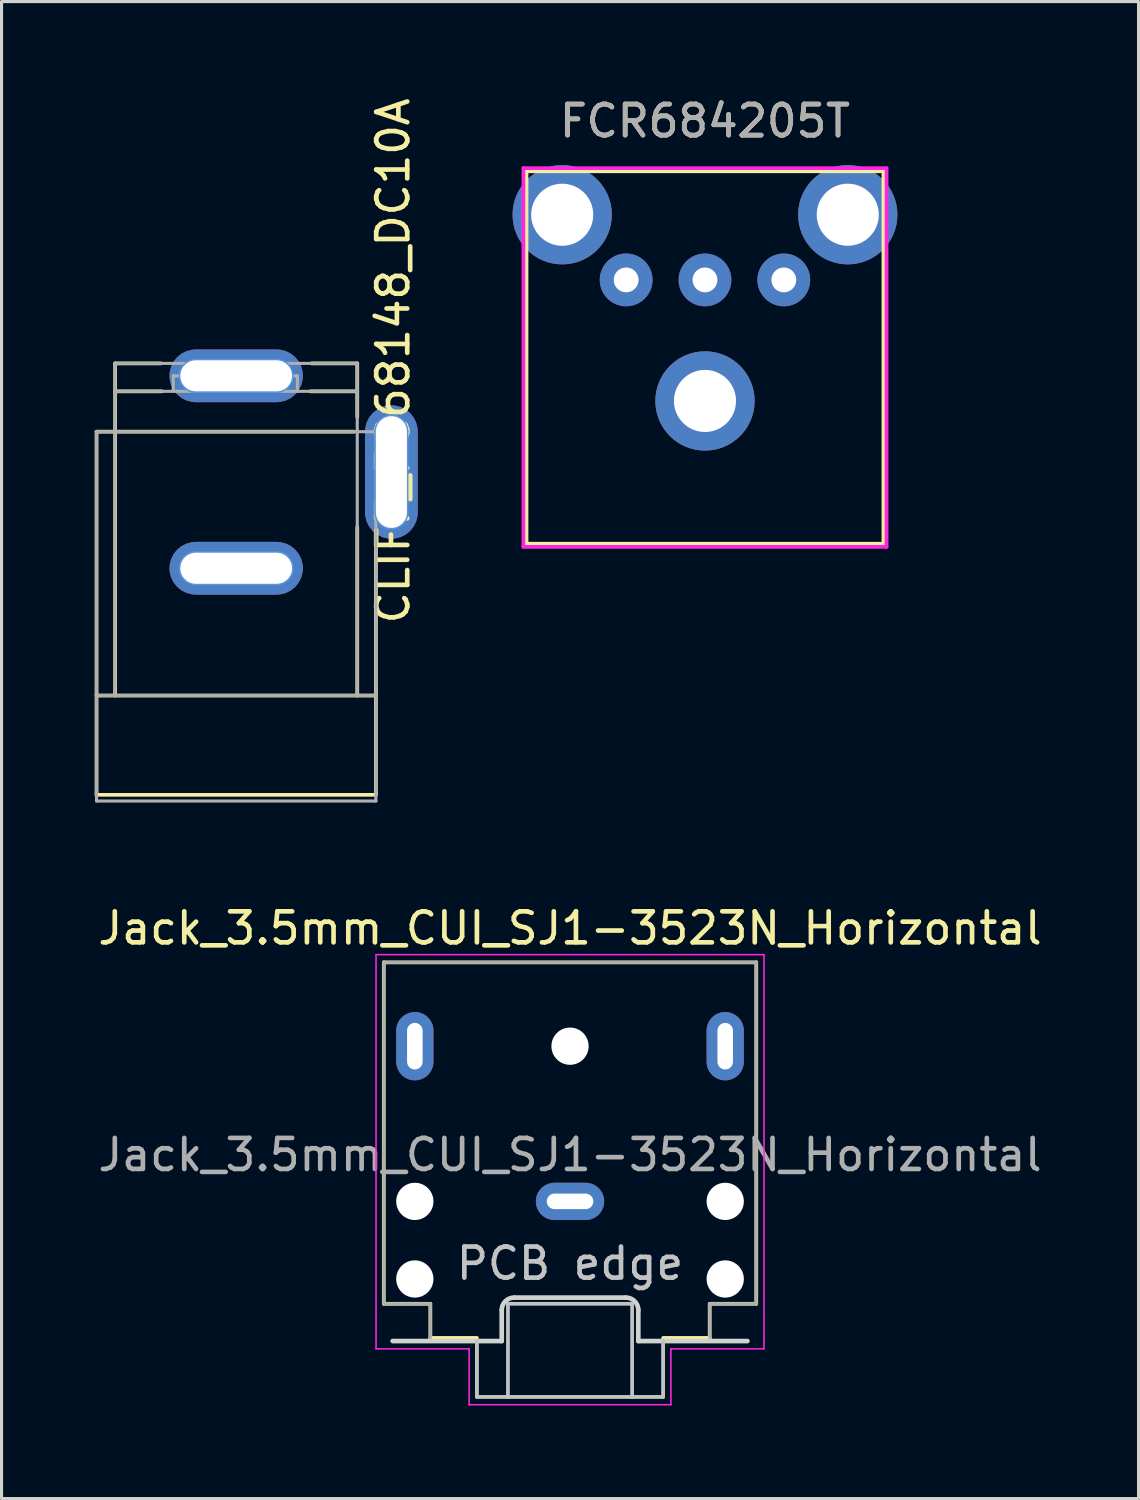
<source format=kicad_pcb>
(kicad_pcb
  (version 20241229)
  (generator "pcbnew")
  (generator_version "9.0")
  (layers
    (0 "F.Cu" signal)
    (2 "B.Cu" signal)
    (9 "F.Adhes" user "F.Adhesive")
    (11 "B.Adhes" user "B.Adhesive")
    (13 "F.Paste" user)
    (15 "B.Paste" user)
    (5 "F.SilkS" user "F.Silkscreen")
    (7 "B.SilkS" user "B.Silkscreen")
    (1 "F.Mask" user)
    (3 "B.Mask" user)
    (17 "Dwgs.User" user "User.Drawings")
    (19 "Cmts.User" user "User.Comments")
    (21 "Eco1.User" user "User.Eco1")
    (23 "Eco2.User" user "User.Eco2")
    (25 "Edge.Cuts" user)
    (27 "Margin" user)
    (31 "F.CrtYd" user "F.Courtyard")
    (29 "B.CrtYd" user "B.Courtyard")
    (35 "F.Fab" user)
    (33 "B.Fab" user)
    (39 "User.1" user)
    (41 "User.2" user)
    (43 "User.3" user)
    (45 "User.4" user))
  (footprint "CLIFF_FC68148_DC10A"
    (layer "F.Cu")
    (at 4.56 22.758)
    (property "Reference" "CLIFF_FC68148_DC10A" (at 5.055 -14.18 270) (layer "F.SilkS") (effects (font (size 1 1) (thickness 0.15))))
    (attr through_hole)
    (fp_line (start -4.5 -11.9) (end 3.8 -11.9) (stroke (width 0.12) (type solid)) (layer "F.SilkS"))
    (fp_line (start -4.5 -3.4) (end 4.5 -3.4) (stroke (width 0.12) (type solid)) (layer "F.SilkS"))
    (fp_line (start -4.5 -0.2) (end -4.5 -11.9) (stroke (width 0.12) (type solid)) (layer "F.SilkS"))
    (fp_line (start -4.5 -0.2) (end 4.5 -0.2) (stroke (width 0.12) (type solid)) (layer "F.SilkS"))
    (fp_line (start -3.9 -14.1) (end -2.431 -14.1) (stroke (width 0.12) (type solid)) (layer "F.SilkS"))
    (fp_line (start -3.9 -13.2) (end -2.391 -13.2) (stroke (width 0.12) (type solid)) (layer "F.SilkS"))
    (fp_line (start -3.9 -3.4) (end -3.9 -14.1) (stroke (width 0.12) (type solid)) (layer "F.SilkS"))
    (fp_line (start 2.391 -13.2) (end 3.9 -13.2) (stroke (width 0.12) (type solid)) (layer "F.SilkS"))
    (fp_line (start 2.431 -14.1) (end 3.9 -14.1) (stroke (width 0.12) (type solid)) (layer "F.SilkS"))
    (fp_line (start 3.9 -12.38) (end 3.9 -14.1) (stroke (width 0.12) (type solid)) (layer "F.SilkS"))
    (fp_line (start 3.9 -3.4) (end 3.9 -8.82) (stroke (width 0.12) (type solid)) (layer "F.SilkS"))
    (fp_line (start 4.5 -0.2) (end 4.5 -8.209) (stroke (width 0.12) (type solid)) (layer "F.SilkS"))
    (fp_line (start -1.5 -7.6) (end 1.5 -7.6) (stroke (width 0.1) (type solid)) (layer "Cmts.User"))
    (fp_line (start -1.5 -7.4) (end -1.5 -7.6) (stroke (width 0.1) (type solid)) (layer "Cmts.User"))
    (fp_line (start -1.5 -7.4) (end 1.5 -7.4) (stroke (width 0.1) (type solid)) (layer "Cmts.User"))
    (fp_line (start -1.4 -13.7) (end 1.4 -13.7) (stroke (width 0.1) (type solid)) (layer "Cmts.User"))
    (fp_line (start -1.4 -13.2) (end -1.4 -13.7) (stroke (width 0.1) (type solid)) (layer "Cmts.User"))
    (fp_line (start -1.4 -13.2) (end 1.4 -13.2) (stroke (width 0.1) (type solid)) (layer "Cmts.User"))
    (fp_line (start -1.3 -14.2) (end 1.3 -14.2) (stroke (width 0.1) (type solid)) (layer "Cmts.User"))
    (fp_line (start -1.3 -13.2) (end 1.3 -13.2) (stroke (width 0.1) (type solid)) (layer "Cmts.User"))
    (fp_line (start -1.3 -8) (end 1.3 -8) (stroke (width 0.1) (type solid)) (layer "Cmts.User"))
    (fp_line (start -1.3 -7) (end 1.3 -7) (stroke (width 0.1) (type solid)) (layer "Cmts.User"))
    (fp_line (start -0.5 -13.7) (end 0 -13.7) (stroke (width 0.1) (type solid)) (layer "Cmts.User"))
    (fp_line (start -0.5 -7.5) (end 0 -7.5) (stroke (width 0.1) (type solid)) (layer "Cmts.User"))
    (fp_line (start 0 -13.7) (end 0 -14.2) (stroke (width 0.1) (type solid)) (layer "Cmts.User"))
    (fp_line (start 0 -13.7) (end 0.5 -13.7) (stroke (width 0.1) (type solid)) (layer "Cmts.User"))
    (fp_line (start 0 -13.2) (end 0 -13.7) (stroke (width 0.1) (type solid)) (layer "Cmts.User"))
    (fp_line (start 0 -7.5) (end 0 -8) (stroke (width 0.1) (type solid)) (layer "Cmts.User"))
    (fp_line (start 0 -7.5) (end 0.5 -7.5) (stroke (width 0.1) (type solid)) (layer "Cmts.User"))
    (fp_line (start 0 -7) (end 0 -7.5) (stroke (width 0.1) (type solid)) (layer "Cmts.User"))
    (fp_line (start 1.4 -13.2) (end 1.4 -13.7) (stroke (width 0.1) (type solid)) (layer "Cmts.User"))
    (fp_line (start 1.5 -7.4) (end 1.5 -7.6) (stroke (width 0.1) (type solid)) (layer "Cmts.User"))
    (fp_line (start 4.5 -10.6) (end 5 -10.6) (stroke (width 0.1) (type solid)) (layer "Cmts.User"))
    (fp_line (start 4.5 -9.3) (end 4.5 -11.9) (stroke (width 0.1) (type solid)) (layer "Cmts.User"))
    (fp_line (start 5 -10.6) (end 5 -11.1) (stroke (width 0.1) (type solid)) (layer "Cmts.User"))
    (fp_line (start 5 -10.6) (end 5.5 -10.6) (stroke (width 0.1) (type solid)) (layer "Cmts.User"))
    (fp_line (start 5 -10.1) (end 5 -10.6) (stroke (width 0.1) (type solid)) (layer "Cmts.User"))
    (fp_line (start 5.5 -9.3) (end 5.5 -11.9) (stroke (width 0.1) (type solid)) (layer "Cmts.User"))
    (fp_arc (start -1.3 -13.2) (mid -1.8 -13.7) (end -1.3 -14.2) (stroke (width 0.1) (type solid)) (layer "Cmts.User"))
    (fp_arc (start -1.3 -7) (mid -1.8 -7.5) (end -1.3 -8) (stroke (width 0.1) (type solid)) (layer "Cmts.User"))
    (fp_arc (start 1.3 -14.2) (mid 1.8 -13.7) (end 1.3 -13.2) (stroke (width 0.1) (type solid)) (layer "Cmts.User"))
    (fp_arc (start 1.3 -8) (mid 1.8 -7.5) (end 1.3 -7) (stroke (width 0.1) (type solid)) (layer "Cmts.User"))
    (fp_arc (start 4.5 -11.9) (mid 5 -12.4) (end 5.5 -11.9) (stroke (width 0.1) (type solid)) (layer "Cmts.User"))
    (fp_arc (start 5.5 -9.3) (mid 5 -8.8) (end 4.5 -9.3) (stroke (width 0.1) (type solid)) (layer "Cmts.User"))
    (fp_line (start -4.5 -11.9) (end 5.2 -11.9) (stroke (width 0.1) (type solid)) (layer "F.Fab"))
    (fp_line (start -4.5 -3.4) (end 4.5 -3.4) (stroke (width 0.1) (type solid)) (layer "F.Fab"))
    (fp_line (start -4.5 0) (end -4.5 -11.9) (stroke (width 0.1) (type solid)) (layer "F.Fab"))
    (fp_line (start -4.5 0) (end 4.5 0) (stroke (width 0.1) (type solid)) (layer "F.Fab"))
    (fp_line (start -3.9 -14.1) (end -1.4 -14.1) (stroke (width 0.1) (type solid)) (layer "F.Fab"))
    (fp_line (start -3.9 -13.2) (end 3.9 -13.2) (stroke (width 0.1) (type solid)) (layer "F.Fab"))
    (fp_line (start -3.9 -3.4) (end -3.9 -14.1) (stroke (width 0.1) (type solid)) (layer "F.Fab"))
    (fp_line (start -2.029 -13.7) (end 1.971 -13.7) (stroke (width 0.1) (type solid)) (layer "F.Fab"))
    (fp_line (start -2.029 -13.2) (end -2.029 -13.7) (stroke (width 0.1) (type solid)) (layer "F.Fab"))
    (fp_line (start -1.4 -13.7) (end -1.4 -14.1) (stroke (width 0.1) (type solid)) (layer "F.Fab"))
    (fp_line (start -1.025 -14) (end 0.975 -14) (stroke (width 0.1) (type solid)) (layer "F.Fab"))
    (fp_line (start 1.4 -14.1) (end 3.9 -14.1) (stroke (width 0.1) (type solid)) (layer "F.Fab"))
    (fp_line (start 1.4 -13.7) (end 1.4 -14.1) (stroke (width 0.1) (type solid)) (layer "F.Fab"))
    (fp_line (start 1.971 -13.2) (end 1.971 -13.7) (stroke (width 0.1) (type solid)) (layer "F.Fab"))
    (fp_line (start 3.9 -3.4) (end 3.9 -14.1) (stroke (width 0.1) (type solid)) (layer "F.Fab"))
    (fp_line (start 4.5 -9.4) (end 5.2 -9.4) (stroke (width 0.1) (type solid)) (layer "F.Fab"))
    (fp_line (start 4.5 0) (end 4.5 -11.9) (stroke (width 0.1) (type solid)) (layer "F.Fab"))
    (fp_line (start 5 -9.4) (end 5 -11.9) (stroke (width 0.1) (type solid)) (layer "F.Fab"))
    (fp_line (start 5.2 -9.4) (end 5.2 -11.9) (stroke (width 0.1) (type solid)) (layer "F.Fab"))
    (fp_arc (start -1.371594 -13.698711) (mid -1.254621 -13.914149) (end -1.025 -14) (stroke (width 0.1) (type solid)) (layer "F.Fab"))
    (fp_arc (start 0.96578 -14.000582) (mid 1.196082 -13.915388) (end 1.314 -13.7) (stroke (width 0.1) (type solid)) (layer "F.Fab"))
    (pad "1" thru_hole roundrect (at 0 -13.7) (size 4.3 1.7) (drill oval 3.6 1) (layers "*.Cu" "*.Mask") (roundrect_rratio 0.5))
    (pad "2" thru_hole roundrect (at 5 -10.6 90) (size 4.3 1.7) (drill oval 3.6 1) (layers "*.Cu" "*.Mask") (roundrect_rratio 0.5))
    (pad "3" thru_hole roundrect (at 0 -7.5 180) (size 4.3 1.7) (drill oval 3.6 1) (layers "*.Cu" "*.Mask") (roundrect_rratio 0.5)))
  (footprint "FCR684205T"
    (layer "F.Cu")
    (at 19.663 5.968)
    (property "Reference" "FCR684205T" (at 0 -5.12 0) (unlocked yes) (layer "F.SilkS") (effects (font (size 1 1) (thickness 0.15))))
    (attr through_hole)
    (fp_line (start -5.75 -3.5) (end 5.75 -3.5) (stroke (width 0.12) (type solid)) (layer "F.SilkS"))
    (fp_line (start -5.75 8.5) (end -5.75 -3.5) (stroke (width 0.12) (type solid)) (layer "F.SilkS"))
    (fp_line (start 5.75 -3.5) (end 5.75 8.5) (stroke (width 0.12) (type solid)) (layer "F.SilkS"))
    (fp_line (start 5.75 8.5) (end -5.75 8.5) (stroke (width 0.12) (type solid)) (layer "F.SilkS"))
    (fp_line (start -5.85 -3.6) (end 5.85 -3.6) (stroke (width 0.12) (type solid)) (layer "F.CrtYd"))
    (fp_line (start -5.85 8.6) (end -5.85 -3.6) (stroke (width 0.12) (type solid)) (layer "F.CrtYd"))
    (fp_line (start 5.85 -3.6) (end 5.85 8.6) (stroke (width 0.12) (type solid)) (layer "F.CrtYd"))
    (fp_line (start 5.85 8.6) (end -5.85 8.6) (stroke (width 0.12) (type solid)) (layer "F.CrtYd"))
    (fp_text user "${REFERENCE}" (at 0 -5.12 0) (unlocked yes) (layer "F.Fab") (effects (font (size 1 1) (thickness 0.15))))
    (pad "" thru_hole circle (at -4.6 -2.1) (size 3.2 3.2) (drill 2) (layers "*.Cu" "*.Mask"))
    (pad "" thru_hole circle (at 0 3.9) (size 3.2 3.2) (drill 2) (layers "*.Cu" "*.Mask"))
    (pad "" thru_hole circle (at 4.6 -2.1) (size 3.2 3.2) (drill 2) (layers "*.Cu" "*.Mask"))
    (pad "1" thru_hole circle (at 2.54 0) (size 1.7 1.7) (drill 0.8) (layers "*.Cu" "*.Mask"))
    (pad "2" thru_hole circle (at 0 0) (size 1.7 1.7) (drill 0.8) (layers "*.Cu" "*.Mask"))
    (pad "3" thru_hole circle (at -2.54 0) (size 1.7 1.7) (drill 0.8) (layers "*.Cu" "*.Mask")))
  (footprint "Jack_3.5mm_CUI_SJ1-3523N_Horizontal"
    (layer "F.Cu")
    (at 15.315 40.156)
    (property "Reference" "Jack_3.5mm_CUI_SJ1-3523N_Horizontal" (at 0 -13.3 0) (layer "F.SilkS") (effects (font (size 1 1) (thickness 0.15))))
    (attr through_hole exclude_from_pos_files exclude_from_bom)
    (fp_line (start -6 -12.2) (end 6 -12.2) (stroke (width 0.12) (type solid)) (layer "F.SilkS"))
    (fp_line (start -6 -1.2) (end -6 -12.2) (stroke (width 0.12) (type solid)) (layer "F.SilkS"))
    (fp_line (start -4.5 -1.2) (end -6 -1.2) (stroke (width 0.12) (type solid)) (layer "F.SilkS"))
    (fp_line (start -4.5 -0.1) (end -4.5 -1.2) (stroke (width 0.12) (type solid)) (layer "F.SilkS"))
    (fp_line (start -3 -0.1) (end -4.5 -0.1) (stroke (width 0.12) (type solid)) (layer "F.SilkS"))
    (fp_line (start 4.5 -1.2) (end 4.5 -0.1) (stroke (width 0.12) (type solid)) (layer "F.SilkS"))
    (fp_line (start 4.5 -0.1) (end 3 -0.1) (stroke (width 0.12) (type solid)) (layer "F.SilkS"))
    (fp_line (start 6 -12.2) (end 6 -1.2) (stroke (width 0.12) (type solid)) (layer "F.SilkS"))
    (fp_line (start 6 -1.2) (end 4.5 -1.2) (stroke (width 0.12) (type solid)) (layer "F.SilkS"))
    (fp_line (start -3 1.8) (end -3 0) (stroke (width 0.12) (type solid)) (layer "Dwgs.User"))
    (fp_line (start -2 -1.2) (end -2 1.8) (stroke (width 0.12) (type solid)) (layer "Dwgs.User"))
    (fp_line (start 2 -1.2) (end -2 -1.2) (stroke (width 0.12) (type solid)) (layer "Dwgs.User"))
    (fp_line (start 2 1.8) (end 2 -1.2) (stroke (width 0.12) (type solid)) (layer "Dwgs.User"))
    (fp_line (start 3 0) (end 3 1.8) (stroke (width 0.12) (type solid)) (layer "Dwgs.User"))
    (fp_line (start 3 1.8) (end -3 1.8) (stroke (width 0.12) (type solid)) (layer "Dwgs.User"))
    (fp_line (start -2.2 -1) (end -2.2 0) (stroke (width 0.15) (type solid)) (layer "Edge.Cuts"))
    (fp_line (start -2.2 0) (end -5.715 0) (stroke (width 0.15) (type solid)) (layer "Edge.Cuts"))
    (fp_line (start 1.8 -1.4) (end -1.8 -1.4) (stroke (width 0.15) (type solid)) (layer "Edge.Cuts"))
    (fp_line (start 2.2 -1) (end 2.2 0) (stroke (width 0.15) (type solid)) (layer "Edge.Cuts"))
    (fp_line (start 2.2 0) (end 5.715 0) (stroke (width 0.15) (type solid)) (layer "Edge.Cuts"))
    (fp_arc (start -2.2 -1) (mid -2.082842 -1.282842) (end -1.8 -1.4) (stroke (width 0.15) (type solid)) (layer "Edge.Cuts"))
    (fp_arc (start 1.8 -1.4) (mid 2.082843 -1.282843) (end 2.2 -1) (stroke (width 0.15) (type solid)) (layer "Edge.Cuts"))
    (fp_line (start -6.25 -12.45) (end -6.25 0.25) (stroke (width 0.05) (type solid)) (layer "F.CrtYd"))
    (fp_line (start -6.25 0.25) (end -3.25 0.25) (stroke (width 0.05) (type solid)) (layer "F.CrtYd"))
    (fp_line (start -3.25 0.25) (end -3.25 2.05) (stroke (width 0.05) (type solid)) (layer "F.CrtYd"))
    (fp_line (start -3.25 2.05) (end 3.25 2.05) (stroke (width 0.05) (type solid)) (layer "F.CrtYd"))
    (fp_line (start 3.25 0.25) (end 6.25 0.25) (stroke (width 0.05) (type solid)) (layer "F.CrtYd"))
    (fp_line (start 3.25 2.05) (end 3.25 0.25) (stroke (width 0.05) (type solid)) (layer "F.CrtYd"))
    (fp_line (start 6.25 -12.45) (end -6.25 -12.45) (stroke (width 0.05) (type solid)) (layer "F.CrtYd"))
    (fp_line (start 6.25 0) (end 6.25 -12.45) (stroke (width 0.05) (type solid)) (layer "F.CrtYd"))
    (fp_line (start 6.25 0.25) (end 6.25 0) (stroke (width 0.05) (type solid)) (layer "F.CrtYd"))
    (fp_line (start -6 -12.2) (end 6 -12.2) (stroke (width 0.1) (type solid)) (layer "F.Fab"))
    (fp_line (start -6 -1.2) (end -6 -12.2) (stroke (width 0.1) (type solid)) (layer "F.Fab"))
    (fp_line (start -4.5 -1.2) (end -6 -1.2) (stroke (width 0.1) (type solid)) (layer "F.Fab"))
    (fp_line (start -4.5 0) (end -4.5 -1.2) (stroke (width 0.1) (type solid)) (layer "F.Fab"))
    (fp_line (start -4.5 0) (end -3 0) (stroke (width 0.1) (type solid)) (layer "F.Fab"))
    (fp_line (start -3 0) (end -3 1.8) (stroke (width 0.1) (type solid)) (layer "F.Fab"))
    (fp_line (start -3 1.8) (end 3 1.8) (stroke (width 0.1) (type solid)) (layer "F.Fab"))
    (fp_line (start 3 0) (end 3 1.8) (stroke (width 0.1) (type solid)) (layer "F.Fab"))
    (fp_line (start 4.5 -1.2) (end 6 -1.2) (stroke (width 0.1) (type solid)) (layer "F.Fab"))
    (fp_line (start 4.5 0) (end 3 0) (stroke (width 0.1) (type solid)) (layer "F.Fab"))
    (fp_line (start 4.5 0) (end 4.5 -1.2) (stroke (width 0.1) (type solid)) (layer "F.Fab"))
    (fp_line (start 6 -1.2) (end 6 -12.2) (stroke (width 0.1) (type solid)) (layer "F.Fab"))
    (fp_text user "PCB edge" (at 0 -2.5 0) (unlocked yes) (layer "Dwgs.User") (effects (font (size 1 1) (thickness 0.15))))
    (fp_text user "${REFERENCE}" (at 0 -6 0) (layer "F.Fab") (effects (font (size 1 1) (thickness 0.15))))
    (pad "" np_thru_hole circle (at -5 -4.5) (size 1.2 1.2) (drill 1.2) (layers "*.Cu"))
    (pad "" np_thru_hole circle (at -5 -2) (size 1.2 1.2) (drill 1.2) (layers "*.Cu"))
    (pad "" np_thru_hole circle (at 0 -9.5) (size 1.2 1.2) (drill 1.2) (layers "*.Cu"))
    (pad "" np_thru_hole circle (at 5 -4.5) (size 1.2 1.2) (drill 1.2) (layers "*.Cu"))
    (pad "" np_thru_hole circle (at 5 -2) (size 1.2 1.2) (drill 1.2) (layers "*.Cu"))
    (pad "R" thru_hole oval (at -5 -9.5) (size 1.2 2.2) (drill oval 0.5 1.5) (layers "*.Cu" "*.Mask"))
    (pad "S" thru_hole oval (at 0 -4.5) (size 2.2 1.2) (drill oval 1.5 0.5) (layers "*.Cu" "*.Mask"))
    (pad "T" thru_hole oval (at 5 -9.5 180) (size 1.2 2.2) (drill oval 0.5 1.5) (layers "*.Cu" "*.Mask")))
  (gr_rect
    (start -3 -3)
    (end 33.631 45.231)
    (stroke (width 0.1) (type default))
    (fill no)
    (layer "Edge.Cuts")))
</source>
